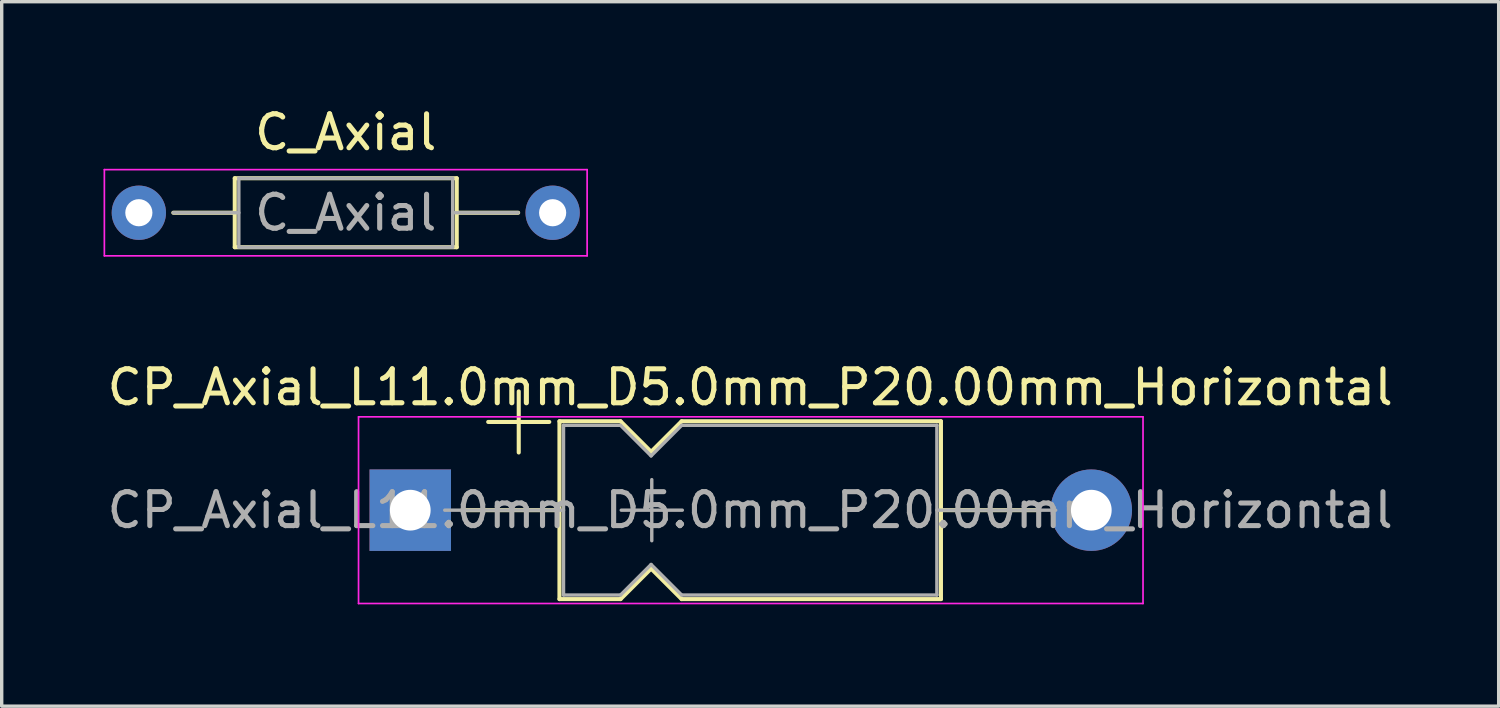
<source format=kicad_pcb>
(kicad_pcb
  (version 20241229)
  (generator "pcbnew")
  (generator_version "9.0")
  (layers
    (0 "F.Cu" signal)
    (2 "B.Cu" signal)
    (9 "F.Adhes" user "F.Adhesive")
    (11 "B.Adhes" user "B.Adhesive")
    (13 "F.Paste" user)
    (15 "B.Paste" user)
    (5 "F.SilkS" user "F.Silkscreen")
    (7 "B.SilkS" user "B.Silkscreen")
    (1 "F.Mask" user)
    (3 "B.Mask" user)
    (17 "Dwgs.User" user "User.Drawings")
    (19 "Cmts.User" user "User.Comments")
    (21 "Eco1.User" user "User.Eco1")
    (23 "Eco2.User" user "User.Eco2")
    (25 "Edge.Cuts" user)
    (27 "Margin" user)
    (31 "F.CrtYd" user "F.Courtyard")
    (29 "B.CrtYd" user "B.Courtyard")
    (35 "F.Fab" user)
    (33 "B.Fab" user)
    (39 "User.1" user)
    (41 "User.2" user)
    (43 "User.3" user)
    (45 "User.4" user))
  (footprint "C_Axial"
    (layer "F.Cu")
    (at 2.057 3.218)
    (property "Reference" "C_Axial" (at 5.08 -2.37 0) (layer "F.SilkS") (effects (font (size 1 1) (thickness 0.15))))
    (attr through_hole)
    (fp_line (start 0 0) (end 1.81 0) (stroke (width 0.12) (type solid)) (layer "F.SilkS"))
    (fp_line (start 1.81 -1.016) (end 1.81 1.016) (stroke (width 0.12) (type solid)) (layer "F.SilkS"))
    (fp_line (start 1.81 1.016) (end 8.35 1.016) (stroke (width 0.12) (type solid)) (layer "F.SilkS"))
    (fp_line (start 8.35 -1.016) (end 1.81 -1.016) (stroke (width 0.12) (type solid)) (layer "F.SilkS"))
    (fp_line (start 8.35 1.016) (end 8.35 -1.016) (stroke (width 0.12) (type solid)) (layer "F.SilkS"))
    (fp_line (start 10.16 0) (end 8.35 0) (stroke (width 0.12) (type solid)) (layer "F.SilkS"))
    (fp_line (start -2.032 -1.27) (end -2.032 1.27) (stroke (width 0.05) (type solid)) (layer "F.CrtYd"))
    (fp_line (start -2.032 1.27) (end 12.192 1.27) (stroke (width 0.05) (type solid)) (layer "F.CrtYd"))
    (fp_line (start 12.192 -1.27) (end -2.032 -1.27) (stroke (width 0.05) (type solid)) (layer "F.CrtYd"))
    (fp_line (start 12.192 1.27) (end 12.192 -1.27) (stroke (width 0.05) (type solid)) (layer "F.CrtYd"))
    (fp_line (start 0 0) (end 1.93 0) (stroke (width 0.1) (type solid)) (layer "F.Fab"))
    (fp_line (start 1.93 -1.016) (end 1.93 1.016) (stroke (width 0.1) (type solid)) (layer "F.Fab"))
    (fp_line (start 1.93 1.016) (end 8.23 1.016) (stroke (width 0.1) (type solid)) (layer "F.Fab"))
    (fp_line (start 8.23 -1.016) (end 1.93 -1.016) (stroke (width 0.1) (type solid)) (layer "F.Fab"))
    (fp_line (start 8.23 1.016) (end 8.23 -1.016) (stroke (width 0.1) (type solid)) (layer "F.Fab"))
    (fp_line (start 10.16 0) (end 8.23 0) (stroke (width 0.1) (type solid)) (layer "F.Fab"))
    (fp_text user "${REFERENCE}" (at 5.08 0 0) (layer "F.Fab") (effects (font (size 1 1) (thickness 0.15))))
    (pad "1" thru_hole circle (at -1.016 0) (size 1.6 1.6) (drill 0.8) (layers "*.Cu" "*.Mask"))
    (pad "2" thru_hole oval (at 11.176 0) (size 1.6 1.6) (drill 0.8) (layers "*.Cu" "*.Mask")))
  (footprint "CP_Axial_L11.0mm_D5.0mm_P20.00mm_Horizontal"
    (layer "F.Cu")
    (at 10.054 11.982)
    (property "Reference" "CP_Axial_L11.0mm_D5.0mm_P20.00mm_Horizontal" (at 9 -3.62 0) (layer "F.SilkS") (effects (font (size 1 1) (thickness 0.15))))
    (attr through_hole)
    (fp_line (start 0.508 0) (end 3.38 0) (stroke (width 0.12) (type solid)) (layer "F.SilkS"))
    (fp_line (start 1.28 -2.6) (end 3.08 -2.6) (stroke (width 0.12) (type solid)) (layer "F.SilkS"))
    (fp_line (start 2.18 -3.5) (end 2.18 -1.7) (stroke (width 0.12) (type solid)) (layer "F.SilkS"))
    (fp_line (start 3.38 -2.62) (end 3.38 2.62) (stroke (width 0.12) (type solid)) (layer "F.SilkS"))
    (fp_line (start 3.38 -2.62) (end 5.18 -2.62) (stroke (width 0.12) (type solid)) (layer "F.SilkS"))
    (fp_line (start 3.38 2.62) (end 5.18 2.62) (stroke (width 0.12) (type solid)) (layer "F.SilkS"))
    (fp_line (start 5.18 -2.62) (end 6.08 -1.72) (stroke (width 0.12) (type solid)) (layer "F.SilkS"))
    (fp_line (start 5.18 2.62) (end 6.08 1.72) (stroke (width 0.12) (type solid)) (layer "F.SilkS"))
    (fp_line (start 6.08 -1.72) (end 6.98 -2.62) (stroke (width 0.12) (type solid)) (layer "F.SilkS"))
    (fp_line (start 6.08 1.72) (end 6.98 2.62) (stroke (width 0.12) (type solid)) (layer "F.SilkS"))
    (fp_line (start 6.98 -2.62) (end 14.62 -2.62) (stroke (width 0.12) (type solid)) (layer "F.SilkS"))
    (fp_line (start 6.98 2.62) (end 14.62 2.62) (stroke (width 0.12) (type solid)) (layer "F.SilkS"))
    (fp_line (start 14.62 -2.62) (end 14.62 2.62) (stroke (width 0.12) (type solid)) (layer "F.SilkS"))
    (fp_line (start 17.526 0) (end 14.62 0) (stroke (width 0.12) (type solid)) (layer "F.SilkS"))
    (fp_line (start -2.54 -2.75) (end -2.54 2.75) (stroke (width 0.05) (type solid)) (layer "F.CrtYd"))
    (fp_line (start -2.54 2.75) (end 20.574 2.75) (stroke (width 0.05) (type solid)) (layer "F.CrtYd"))
    (fp_line (start 20.574 -2.75) (end -2.54 -2.75) (stroke (width 0.05) (type solid)) (layer "F.CrtYd"))
    (fp_line (start 20.574 2.75) (end 20.574 -2.75) (stroke (width 0.05) (type solid)) (layer "F.CrtYd"))
    (fp_line (start 0 0) (end 3.5 0) (stroke (width 0.1) (type solid)) (layer "F.Fab"))
    (fp_line (start 3.5 -2.5) (end 3.5 2.5) (stroke (width 0.1) (type solid)) (layer "F.Fab"))
    (fp_line (start 3.5 -2.5) (end 5.18 -2.5) (stroke (width 0.1) (type solid)) (layer "F.Fab"))
    (fp_line (start 3.5 2.5) (end 5.18 2.5) (stroke (width 0.1) (type solid)) (layer "F.Fab"))
    (fp_line (start 5.18 -2.5) (end 6.08 -1.6) (stroke (width 0.1) (type solid)) (layer "F.Fab"))
    (fp_line (start 5.18 2.5) (end 6.08 1.6) (stroke (width 0.1) (type solid)) (layer "F.Fab"))
    (fp_line (start 5.2 0) (end 7 0) (stroke (width 0.1) (type solid)) (layer "F.Fab"))
    (fp_line (start 6.08 -1.6) (end 6.98 -2.5) (stroke (width 0.1) (type solid)) (layer "F.Fab"))
    (fp_line (start 6.08 1.6) (end 6.98 2.5) (stroke (width 0.1) (type solid)) (layer "F.Fab"))
    (fp_line (start 6.1 -0.9) (end 6.1 0.9) (stroke (width 0.1) (type solid)) (layer "F.Fab"))
    (fp_line (start 6.98 -2.5) (end 14.5 -2.5) (stroke (width 0.1) (type solid)) (layer "F.Fab"))
    (fp_line (start 6.98 2.5) (end 14.5 2.5) (stroke (width 0.1) (type solid)) (layer "F.Fab"))
    (fp_line (start 14.5 -2.5) (end 14.5 2.5) (stroke (width 0.1) (type solid)) (layer "F.Fab"))
    (fp_line (start 18 0) (end 14.5 0) (stroke (width 0.1) (type solid)) (layer "F.Fab"))
    (fp_text user "${REFERENCE}" (at 9 0 0) (layer "F.Fab") (effects (font (size 1 1) (thickness 0.15))))
    (pad "1" thru_hole rect (at -1.016 0) (size 2.4 2.4) (drill 1.2) (layers "*.Cu" "*.Mask"))
    (pad "2" thru_hole oval (at 19.05 0) (size 2.4 2.4) (drill 1.2) (layers "*.Cu" "*.Mask")))
  (gr_rect
    (start -3 -3)
    (end 41.107 17.756)
    (stroke (width 0.1) (type default))
    (fill no)
    (layer "Edge.Cuts")))
</source>
